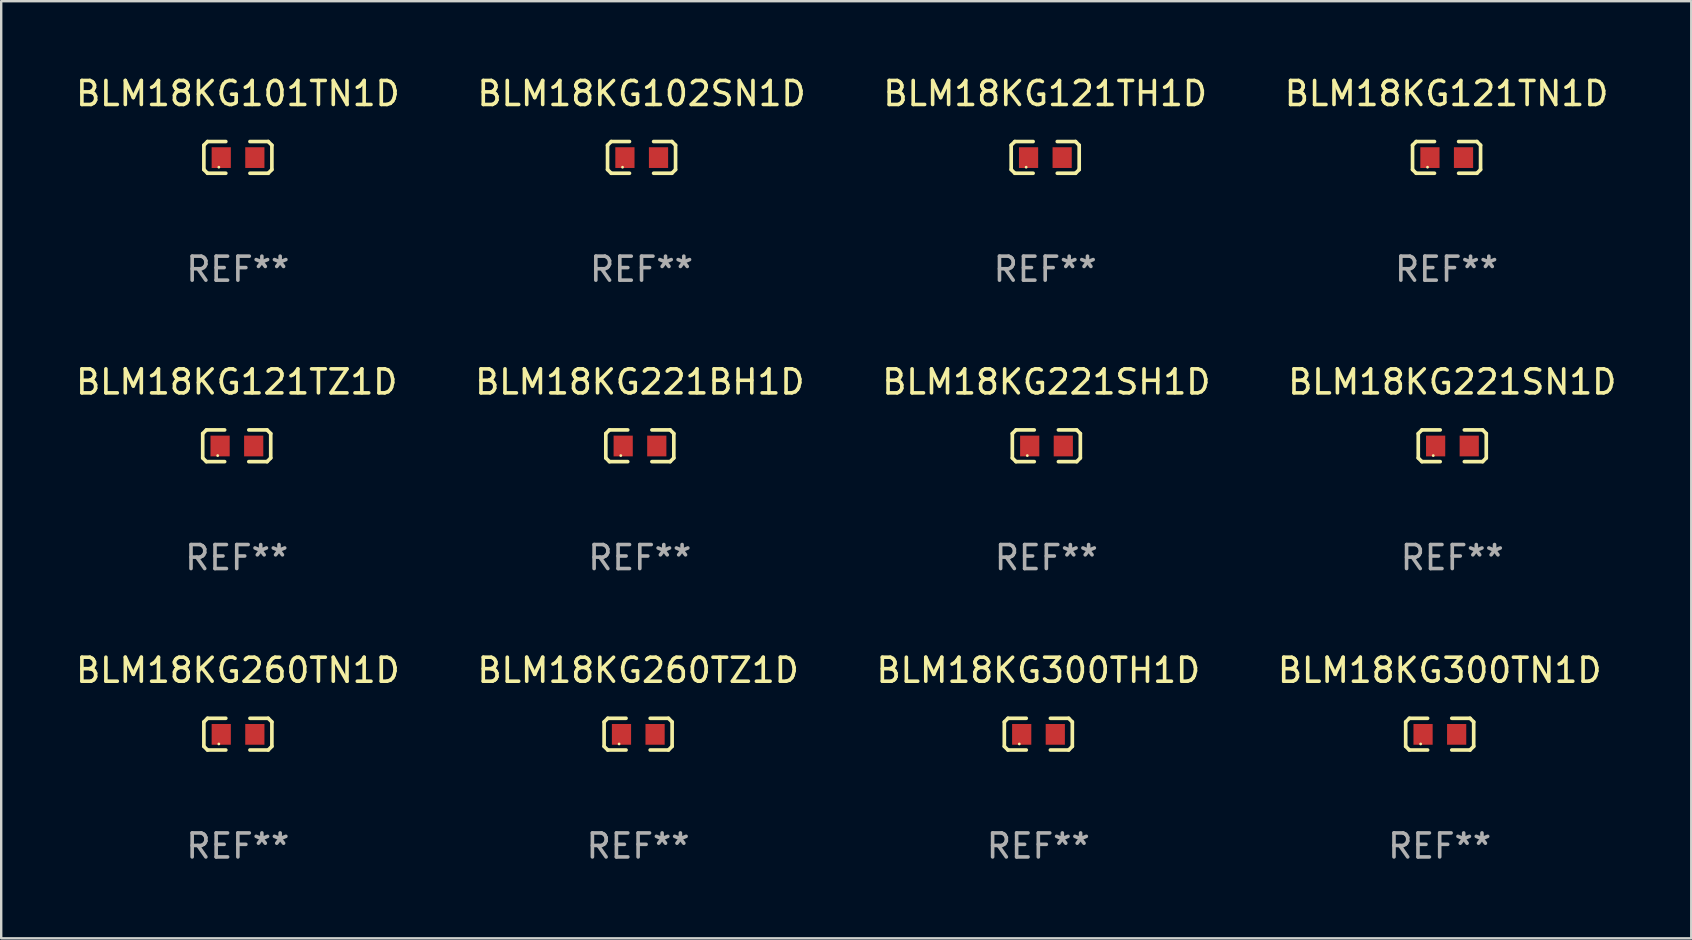
<source format=kicad_pcb>
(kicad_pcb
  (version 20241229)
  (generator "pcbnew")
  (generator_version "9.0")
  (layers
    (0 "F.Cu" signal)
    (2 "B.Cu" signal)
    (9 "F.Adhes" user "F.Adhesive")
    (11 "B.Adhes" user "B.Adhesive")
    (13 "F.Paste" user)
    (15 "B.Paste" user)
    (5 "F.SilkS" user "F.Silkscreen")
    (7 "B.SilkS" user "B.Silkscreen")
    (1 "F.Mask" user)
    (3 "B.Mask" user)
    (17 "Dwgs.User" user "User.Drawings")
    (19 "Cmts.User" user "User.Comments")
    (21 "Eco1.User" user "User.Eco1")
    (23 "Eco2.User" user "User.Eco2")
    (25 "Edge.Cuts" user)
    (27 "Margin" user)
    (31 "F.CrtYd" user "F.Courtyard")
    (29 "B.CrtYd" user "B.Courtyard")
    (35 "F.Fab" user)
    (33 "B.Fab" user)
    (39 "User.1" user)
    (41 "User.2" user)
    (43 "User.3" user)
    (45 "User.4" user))
  (footprint "BLM18KG101TN1D"
    (layer "F.Cu")
    (at 6.863 3.509)
    (property "Reference" "BLM18KG101TN1D" (at 0 -2.661 0) (layer "F.SilkS") (effects (font (size 1 1) (thickness 0.15))))
    (attr through_hole)
    (fp_line (start -1.417 -0.508) (end -1.265 -0.661) (stroke (width 0.152) (type solid)) (layer "F.SilkS"))
    (fp_line (start -1.417 0.508) (end -1.417 -0.508) (stroke (width 0.152) (type solid)) (layer "F.SilkS"))
    (fp_line (start -1.265 -0.661) (end -0.503 -0.661) (stroke (width 0.152) (type solid)) (layer "F.SilkS"))
    (fp_line (start -1.265 0.661) (end -1.417 0.508) (stroke (width 0.152) (type solid)) (layer "F.SilkS"))
    (fp_line (start -1.265 0.661) (end -0.503 0.661) (stroke (width 0.152) (type solid)) (layer "F.SilkS"))
    (fp_line (start 1.265 -0.661) (end 0.503 -0.661) (stroke (width 0.152) (type solid)) (layer "F.SilkS"))
    (fp_line (start 1.265 -0.661) (end 1.417 -0.508) (stroke (width 0.152) (type solid)) (layer "F.SilkS"))
    (fp_line (start 1.265 0.661) (end 0.503 0.661) (stroke (width 0.152) (type solid)) (layer "F.SilkS"))
    (fp_line (start 1.417 -0.508) (end 1.417 0.508) (stroke (width 0.152) (type solid)) (layer "F.SilkS"))
    (fp_line (start 1.417 0.508) (end 1.265 0.661) (stroke (width 0.152) (type solid)) (layer "F.SilkS"))
    (fp_circle (center -0.793 0.409) (end -0.763 0.409) (stroke (width 0.06) (type solid)) (fill no) (layer "F.SilkS"))
    (fp_text user "REF**" (at 0 4.661 0) (layer "F.Fab") (effects (font (size 1 1) (thickness 0.15))))
    (pad "1" smd rect (at -0.693 0.009 180) (size 0.8 0.864) (layers "F.Cu" "F.Mask" "F.Paste"))
    (pad "2" smd rect (at 0.707 0.009 180) (size 0.8 0.864) (layers "F.Cu" "F.Mask" "F.Paste")))
  (footprint "BLM18KG121TH1D"
    (layer "F.Cu")
    (at 40.506 3.509)
    (property "Reference" "BLM18KG121TH1D" (at 0 -2.661 0) (layer "F.SilkS") (effects (font (size 1 1) (thickness 0.15))))
    (attr through_hole)
    (fp_line (start -1.417 -0.508) (end -1.265 -0.661) (stroke (width 0.152) (type solid)) (layer "F.SilkS"))
    (fp_line (start -1.417 0.508) (end -1.417 -0.508) (stroke (width 0.152) (type solid)) (layer "F.SilkS"))
    (fp_line (start -1.265 -0.661) (end -0.503 -0.661) (stroke (width 0.152) (type solid)) (layer "F.SilkS"))
    (fp_line (start -1.265 0.661) (end -1.417 0.508) (stroke (width 0.152) (type solid)) (layer "F.SilkS"))
    (fp_line (start -1.265 0.661) (end -0.503 0.661) (stroke (width 0.152) (type solid)) (layer "F.SilkS"))
    (fp_line (start 1.265 -0.661) (end 0.503 -0.661) (stroke (width 0.152) (type solid)) (layer "F.SilkS"))
    (fp_line (start 1.265 -0.661) (end 1.417 -0.508) (stroke (width 0.152) (type solid)) (layer "F.SilkS"))
    (fp_line (start 1.265 0.661) (end 0.503 0.661) (stroke (width 0.152) (type solid)) (layer "F.SilkS"))
    (fp_line (start 1.417 -0.508) (end 1.417 0.508) (stroke (width 0.152) (type solid)) (layer "F.SilkS"))
    (fp_line (start 1.417 0.508) (end 1.265 0.661) (stroke (width 0.152) (type solid)) (layer "F.SilkS"))
    (fp_circle (center -0.793 0.409) (end -0.763 0.409) (stroke (width 0.06) (type solid)) (fill no) (layer "F.SilkS"))
    (fp_text user "REF**" (at 0 4.661 0) (layer "F.Fab") (effects (font (size 1 1) (thickness 0.15))))
    (pad "1" smd rect (at -0.693 0.009 180) (size 0.8 0.864) (layers "F.Cu" "F.Mask" "F.Paste"))
    (pad "2" smd rect (at 0.707 0.009 180) (size 0.8 0.864) (layers "F.Cu" "F.Mask" "F.Paste")))
  (footprint "BLM18KG221SH1D"
    (layer "F.Cu")
    (at 40.554 15.527)
    (property "Reference" "BLM18KG221SH1D" (at 0 -2.661 0) (layer "F.SilkS") (effects (font (size 1 1) (thickness 0.15))))
    (attr through_hole)
    (fp_line (start -1.417 -0.508) (end -1.265 -0.661) (stroke (width 0.152) (type solid)) (layer "F.SilkS"))
    (fp_line (start -1.417 0.508) (end -1.417 -0.508) (stroke (width 0.152) (type solid)) (layer "F.SilkS"))
    (fp_line (start -1.265 -0.661) (end -0.503 -0.661) (stroke (width 0.152) (type solid)) (layer "F.SilkS"))
    (fp_line (start -1.265 0.661) (end -1.417 0.508) (stroke (width 0.152) (type solid)) (layer "F.SilkS"))
    (fp_line (start -1.265 0.661) (end -0.503 0.661) (stroke (width 0.152) (type solid)) (layer "F.SilkS"))
    (fp_line (start 1.265 -0.661) (end 0.503 -0.661) (stroke (width 0.152) (type solid)) (layer "F.SilkS"))
    (fp_line (start 1.265 -0.661) (end 1.417 -0.508) (stroke (width 0.152) (type solid)) (layer "F.SilkS"))
    (fp_line (start 1.265 0.661) (end 0.503 0.661) (stroke (width 0.152) (type solid)) (layer "F.SilkS"))
    (fp_line (start 1.417 -0.508) (end 1.417 0.508) (stroke (width 0.152) (type solid)) (layer "F.SilkS"))
    (fp_line (start 1.417 0.508) (end 1.265 0.661) (stroke (width 0.152) (type solid)) (layer "F.SilkS"))
    (fp_circle (center -0.793 0.409) (end -0.763 0.409) (stroke (width 0.06) (type solid)) (fill no) (layer "F.SilkS"))
    (fp_text user "REF**" (at 0 4.661 0) (layer "F.Fab") (effects (font (size 1 1) (thickness 0.15))))
    (pad "1" smd rect (at -0.693 0.009 180) (size 0.8 0.864) (layers "F.Cu" "F.Mask" "F.Paste"))
    (pad "2" smd rect (at 0.707 0.009 180) (size 0.8 0.864) (layers "F.Cu" "F.Mask" "F.Paste")))
  (footprint "BLM18KG221SN1D"
    (layer "F.Cu")
    (at 57.47 15.527)
    (property "Reference" "BLM18KG221SN1D" (at 0 -2.661 0) (layer "F.SilkS") (effects (font (size 1 1) (thickness 0.15))))
    (attr through_hole)
    (fp_line (start -1.417 -0.508) (end -1.265 -0.661) (stroke (width 0.152) (type solid)) (layer "F.SilkS"))
    (fp_line (start -1.417 0.508) (end -1.417 -0.508) (stroke (width 0.152) (type solid)) (layer "F.SilkS"))
    (fp_line (start -1.265 -0.661) (end -0.503 -0.661) (stroke (width 0.152) (type solid)) (layer "F.SilkS"))
    (fp_line (start -1.265 0.661) (end -1.417 0.508) (stroke (width 0.152) (type solid)) (layer "F.SilkS"))
    (fp_line (start -1.265 0.661) (end -0.503 0.661) (stroke (width 0.152) (type solid)) (layer "F.SilkS"))
    (fp_line (start 1.265 -0.661) (end 0.503 -0.661) (stroke (width 0.152) (type solid)) (layer "F.SilkS"))
    (fp_line (start 1.265 -0.661) (end 1.417 -0.508) (stroke (width 0.152) (type solid)) (layer "F.SilkS"))
    (fp_line (start 1.265 0.661) (end 0.503 0.661) (stroke (width 0.152) (type solid)) (layer "F.SilkS"))
    (fp_line (start 1.417 -0.508) (end 1.417 0.508) (stroke (width 0.152) (type solid)) (layer "F.SilkS"))
    (fp_line (start 1.417 0.508) (end 1.265 0.661) (stroke (width 0.152) (type solid)) (layer "F.SilkS"))
    (fp_circle (center -0.793 0.409) (end -0.763 0.409) (stroke (width 0.06) (type solid)) (fill no) (layer "F.SilkS"))
    (fp_text user "REF**" (at 0 4.661 0) (layer "F.Fab") (effects (font (size 1 1) (thickness 0.15))))
    (pad "1" smd rect (at -0.693 0.009 180) (size 0.8 0.864) (layers "F.Cu" "F.Mask" "F.Paste"))
    (pad "2" smd rect (at 0.707 0.009 180) (size 0.8 0.864) (layers "F.Cu" "F.Mask" "F.Paste")))
  (footprint "BLM18KG260TZ1D"
    (layer "F.Cu")
    (at 23.542 27.544)
    (property "Reference" "BLM18KG260TZ1D" (at 0 -2.661 0) (layer "F.SilkS") (effects (font (size 1 1) (thickness 0.15))))
    (attr through_hole)
    (fp_line (start -1.417 -0.508) (end -1.265 -0.661) (stroke (width 0.152) (type solid)) (layer "F.SilkS"))
    (fp_line (start -1.417 0.508) (end -1.417 -0.508) (stroke (width 0.152) (type solid)) (layer "F.SilkS"))
    (fp_line (start -1.265 -0.661) (end -0.503 -0.661) (stroke (width 0.152) (type solid)) (layer "F.SilkS"))
    (fp_line (start -1.265 0.661) (end -1.417 0.508) (stroke (width 0.152) (type solid)) (layer "F.SilkS"))
    (fp_line (start -1.265 0.661) (end -0.503 0.661) (stroke (width 0.152) (type solid)) (layer "F.SilkS"))
    (fp_line (start 1.265 -0.661) (end 0.503 -0.661) (stroke (width 0.152) (type solid)) (layer "F.SilkS"))
    (fp_line (start 1.265 -0.661) (end 1.417 -0.508) (stroke (width 0.152) (type solid)) (layer "F.SilkS"))
    (fp_line (start 1.265 0.661) (end 0.503 0.661) (stroke (width 0.152) (type solid)) (layer "F.SilkS"))
    (fp_line (start 1.417 -0.508) (end 1.417 0.508) (stroke (width 0.152) (type solid)) (layer "F.SilkS"))
    (fp_line (start 1.417 0.508) (end 1.265 0.661) (stroke (width 0.152) (type solid)) (layer "F.SilkS"))
    (fp_circle (center -0.793 0.409) (end -0.763 0.409) (stroke (width 0.06) (type solid)) (fill no) (layer "F.SilkS"))
    (fp_text user "REF**" (at 0 4.661 0) (layer "F.Fab") (effects (font (size 1 1) (thickness 0.15))))
    (pad "1" smd rect (at -0.693 0.009 180) (size 0.8 0.864) (layers "F.Cu" "F.Mask" "F.Paste"))
    (pad "2" smd rect (at 0.707 0.009 180) (size 0.8 0.864) (layers "F.Cu" "F.Mask" "F.Paste")))
  (footprint "BLM18KG121TZ1D"
    (layer "F.Cu")
    (at 6.815 15.527)
    (property "Reference" "BLM18KG121TZ1D" (at 0 -2.661 0) (layer "F.SilkS") (effects (font (size 1 1) (thickness 0.15))))
    (attr through_hole)
    (fp_line (start -1.417 -0.508) (end -1.265 -0.661) (stroke (width 0.152) (type solid)) (layer "F.SilkS"))
    (fp_line (start -1.417 0.508) (end -1.417 -0.508) (stroke (width 0.152) (type solid)) (layer "F.SilkS"))
    (fp_line (start -1.265 -0.661) (end -0.503 -0.661) (stroke (width 0.152) (type solid)) (layer "F.SilkS"))
    (fp_line (start -1.265 0.661) (end -1.417 0.508) (stroke (width 0.152) (type solid)) (layer "F.SilkS"))
    (fp_line (start -1.265 0.661) (end -0.503 0.661) (stroke (width 0.152) (type solid)) (layer "F.SilkS"))
    (fp_line (start 1.265 -0.661) (end 0.503 -0.661) (stroke (width 0.152) (type solid)) (layer "F.SilkS"))
    (fp_line (start 1.265 -0.661) (end 1.417 -0.508) (stroke (width 0.152) (type solid)) (layer "F.SilkS"))
    (fp_line (start 1.265 0.661) (end 0.503 0.661) (stroke (width 0.152) (type solid)) (layer "F.SilkS"))
    (fp_line (start 1.417 -0.508) (end 1.417 0.508) (stroke (width 0.152) (type solid)) (layer "F.SilkS"))
    (fp_line (start 1.417 0.508) (end 1.265 0.661) (stroke (width 0.152) (type solid)) (layer "F.SilkS"))
    (fp_circle (center -0.793 0.409) (end -0.763 0.409) (stroke (width 0.06) (type solid)) (fill no) (layer "F.SilkS"))
    (fp_text user "REF**" (at 0 4.661 0) (layer "F.Fab") (effects (font (size 1 1) (thickness 0.15))))
    (pad "1" smd rect (at -0.693 0.009 180) (size 0.8 0.864) (layers "F.Cu" "F.Mask" "F.Paste"))
    (pad "2" smd rect (at 0.707 0.009 180) (size 0.8 0.864) (layers "F.Cu" "F.Mask" "F.Paste")))
  (footprint "BLM18KG221BH1D"
    (layer "F.Cu")
    (at 23.613 15.527)
    (property "Reference" "BLM18KG221BH1D" (at 0 -2.661 0) (layer "F.SilkS") (effects (font (size 1 1) (thickness 0.15))))
    (attr through_hole)
    (fp_line (start -1.417 -0.508) (end -1.265 -0.661) (stroke (width 0.152) (type solid)) (layer "F.SilkS"))
    (fp_line (start -1.417 0.508) (end -1.417 -0.508) (stroke (width 0.152) (type solid)) (layer "F.SilkS"))
    (fp_line (start -1.265 -0.661) (end -0.503 -0.661) (stroke (width 0.152) (type solid)) (layer "F.SilkS"))
    (fp_line (start -1.265 0.661) (end -1.417 0.508) (stroke (width 0.152) (type solid)) (layer "F.SilkS"))
    (fp_line (start -1.265 0.661) (end -0.503 0.661) (stroke (width 0.152) (type solid)) (layer "F.SilkS"))
    (fp_line (start 1.265 -0.661) (end 0.503 -0.661) (stroke (width 0.152) (type solid)) (layer "F.SilkS"))
    (fp_line (start 1.265 -0.661) (end 1.417 -0.508) (stroke (width 0.152) (type solid)) (layer "F.SilkS"))
    (fp_line (start 1.265 0.661) (end 0.503 0.661) (stroke (width 0.152) (type solid)) (layer "F.SilkS"))
    (fp_line (start 1.417 -0.508) (end 1.417 0.508) (stroke (width 0.152) (type solid)) (layer "F.SilkS"))
    (fp_line (start 1.417 0.508) (end 1.265 0.661) (stroke (width 0.152) (type solid)) (layer "F.SilkS"))
    (fp_circle (center -0.793 0.409) (end -0.763 0.409) (stroke (width 0.06) (type solid)) (fill no) (layer "F.SilkS"))
    (fp_text user "REF**" (at 0 4.661 0) (layer "F.Fab") (effects (font (size 1 1) (thickness 0.15))))
    (pad "1" smd rect (at -0.693 0.009 180) (size 0.8 0.864) (layers "F.Cu" "F.Mask" "F.Paste"))
    (pad "2" smd rect (at 0.707 0.009 180) (size 0.8 0.864) (layers "F.Cu" "F.Mask" "F.Paste")))
  (footprint "BLM18KG121TN1D"
    (layer "F.Cu")
    (at 57.232 3.509)
    (property "Reference" "BLM18KG121TN1D" (at 0 -2.661 0) (layer "F.SilkS") (effects (font (size 1 1) (thickness 0.15))))
    (attr through_hole)
    (fp_line (start -1.417 -0.508) (end -1.265 -0.661) (stroke (width 0.152) (type solid)) (layer "F.SilkS"))
    (fp_line (start -1.417 0.508) (end -1.417 -0.508) (stroke (width 0.152) (type solid)) (layer "F.SilkS"))
    (fp_line (start -1.265 -0.661) (end -0.503 -0.661) (stroke (width 0.152) (type solid)) (layer "F.SilkS"))
    (fp_line (start -1.265 0.661) (end -1.417 0.508) (stroke (width 0.152) (type solid)) (layer "F.SilkS"))
    (fp_line (start -1.265 0.661) (end -0.503 0.661) (stroke (width 0.152) (type solid)) (layer "F.SilkS"))
    (fp_line (start 1.265 -0.661) (end 0.503 -0.661) (stroke (width 0.152) (type solid)) (layer "F.SilkS"))
    (fp_line (start 1.265 -0.661) (end 1.417 -0.508) (stroke (width 0.152) (type solid)) (layer "F.SilkS"))
    (fp_line (start 1.265 0.661) (end 0.503 0.661) (stroke (width 0.152) (type solid)) (layer "F.SilkS"))
    (fp_line (start 1.417 -0.508) (end 1.417 0.508) (stroke (width 0.152) (type solid)) (layer "F.SilkS"))
    (fp_line (start 1.417 0.508) (end 1.265 0.661) (stroke (width 0.152) (type solid)) (layer "F.SilkS"))
    (fp_circle (center -0.793 0.409) (end -0.763 0.409) (stroke (width 0.06) (type solid)) (fill no) (layer "F.SilkS"))
    (fp_text user "REF**" (at 0 4.661 0) (layer "F.Fab") (effects (font (size 1 1) (thickness 0.15))))
    (pad "1" smd rect (at -0.693 0.009 180) (size 0.8 0.864) (layers "F.Cu" "F.Mask" "F.Paste"))
    (pad "2" smd rect (at 0.707 0.009 180) (size 0.8 0.864) (layers "F.Cu" "F.Mask" "F.Paste")))
  (footprint "BLM18KG260TN1D"
    (layer "F.Cu")
    (at 6.863 27.544)
    (property "Reference" "BLM18KG260TN1D" (at 0 -2.661 0) (layer "F.SilkS") (effects (font (size 1 1) (thickness 0.15))))
    (attr through_hole)
    (fp_line (start -1.417 -0.508) (end -1.265 -0.661) (stroke (width 0.152) (type solid)) (layer "F.SilkS"))
    (fp_line (start -1.417 0.508) (end -1.417 -0.508) (stroke (width 0.152) (type solid)) (layer "F.SilkS"))
    (fp_line (start -1.265 -0.661) (end -0.503 -0.661) (stroke (width 0.152) (type solid)) (layer "F.SilkS"))
    (fp_line (start -1.265 0.661) (end -1.417 0.508) (stroke (width 0.152) (type solid)) (layer "F.SilkS"))
    (fp_line (start -1.265 0.661) (end -0.503 0.661) (stroke (width 0.152) (type solid)) (layer "F.SilkS"))
    (fp_line (start 1.265 -0.661) (end 0.503 -0.661) (stroke (width 0.152) (type solid)) (layer "F.SilkS"))
    (fp_line (start 1.265 -0.661) (end 1.417 -0.508) (stroke (width 0.152) (type solid)) (layer "F.SilkS"))
    (fp_line (start 1.265 0.661) (end 0.503 0.661) (stroke (width 0.152) (type solid)) (layer "F.SilkS"))
    (fp_line (start 1.417 -0.508) (end 1.417 0.508) (stroke (width 0.152) (type solid)) (layer "F.SilkS"))
    (fp_line (start 1.417 0.508) (end 1.265 0.661) (stroke (width 0.152) (type solid)) (layer "F.SilkS"))
    (fp_circle (center -0.793 0.409) (end -0.763 0.409) (stroke (width 0.06) (type solid)) (fill no) (layer "F.SilkS"))
    (fp_text user "REF**" (at 0 4.661 0) (layer "F.Fab") (effects (font (size 1 1) (thickness 0.15))))
    (pad "1" smd rect (at -0.693 0.009 180) (size 0.8 0.864) (layers "F.Cu" "F.Mask" "F.Paste"))
    (pad "2" smd rect (at 0.707 0.009 180) (size 0.8 0.864) (layers "F.Cu" "F.Mask" "F.Paste")))
  (footprint "BLM18KG300TN1D"
    (layer "F.Cu")
    (at 56.946 27.544)
    (property "Reference" "BLM18KG300TN1D" (at 0 -2.661 0) (layer "F.SilkS") (effects (font (size 1 1) (thickness 0.15))))
    (attr through_hole)
    (fp_line (start -1.417 -0.508) (end -1.265 -0.661) (stroke (width 0.152) (type solid)) (layer "F.SilkS"))
    (fp_line (start -1.417 0.508) (end -1.417 -0.508) (stroke (width 0.152) (type solid)) (layer "F.SilkS"))
    (fp_line (start -1.265 -0.661) (end -0.503 -0.661) (stroke (width 0.152) (type solid)) (layer "F.SilkS"))
    (fp_line (start -1.265 0.661) (end -1.417 0.508) (stroke (width 0.152) (type solid)) (layer "F.SilkS"))
    (fp_line (start -1.265 0.661) (end -0.503 0.661) (stroke (width 0.152) (type solid)) (layer "F.SilkS"))
    (fp_line (start 1.265 -0.661) (end 0.503 -0.661) (stroke (width 0.152) (type solid)) (layer "F.SilkS"))
    (fp_line (start 1.265 -0.661) (end 1.417 -0.508) (stroke (width 0.152) (type solid)) (layer "F.SilkS"))
    (fp_line (start 1.265 0.661) (end 0.503 0.661) (stroke (width 0.152) (type solid)) (layer "F.SilkS"))
    (fp_line (start 1.417 -0.508) (end 1.417 0.508) (stroke (width 0.152) (type solid)) (layer "F.SilkS"))
    (fp_line (start 1.417 0.508) (end 1.265 0.661) (stroke (width 0.152) (type solid)) (layer "F.SilkS"))
    (fp_circle (center -0.793 0.409) (end -0.763 0.409) (stroke (width 0.06) (type solid)) (fill no) (layer "F.SilkS"))
    (fp_text user "REF**" (at 0 4.661 0) (layer "F.Fab") (effects (font (size 1 1) (thickness 0.15))))
    (pad "1" smd rect (at -0.693 0.009 180) (size 0.8 0.864) (layers "F.Cu" "F.Mask" "F.Paste"))
    (pad "2" smd rect (at 0.707 0.009 180) (size 0.8 0.864) (layers "F.Cu" "F.Mask" "F.Paste")))
  (footprint "BLM18KG102SN1D"
    (layer "F.Cu")
    (at 23.685 3.509)
    (property "Reference" "BLM18KG102SN1D" (at 0 -2.661 0) (layer "F.SilkS") (effects (font (size 1 1) (thickness 0.15))))
    (attr through_hole)
    (fp_line (start -1.417 -0.508) (end -1.265 -0.661) (stroke (width 0.152) (type solid)) (layer "F.SilkS"))
    (fp_line (start -1.417 0.508) (end -1.417 -0.508) (stroke (width 0.152) (type solid)) (layer "F.SilkS"))
    (fp_line (start -1.265 -0.661) (end -0.503 -0.661) (stroke (width 0.152) (type solid)) (layer "F.SilkS"))
    (fp_line (start -1.265 0.661) (end -1.417 0.508) (stroke (width 0.152) (type solid)) (layer "F.SilkS"))
    (fp_line (start -1.265 0.661) (end -0.503 0.661) (stroke (width 0.152) (type solid)) (layer "F.SilkS"))
    (fp_line (start 1.265 -0.661) (end 0.503 -0.661) (stroke (width 0.152) (type solid)) (layer "F.SilkS"))
    (fp_line (start 1.265 -0.661) (end 1.417 -0.508) (stroke (width 0.152) (type solid)) (layer "F.SilkS"))
    (fp_line (start 1.265 0.661) (end 0.503 0.661) (stroke (width 0.152) (type solid)) (layer "F.SilkS"))
    (fp_line (start 1.417 -0.508) (end 1.417 0.508) (stroke (width 0.152) (type solid)) (layer "F.SilkS"))
    (fp_line (start 1.417 0.508) (end 1.265 0.661) (stroke (width 0.152) (type solid)) (layer "F.SilkS"))
    (fp_circle (center -0.793 0.409) (end -0.763 0.409) (stroke (width 0.06) (type solid)) (fill no) (layer "F.SilkS"))
    (fp_text user "REF**" (at 0 4.661 0) (layer "F.Fab") (effects (font (size 1 1) (thickness 0.15))))
    (pad "1" smd rect (at -0.693 0.009 180) (size 0.8 0.864) (layers "F.Cu" "F.Mask" "F.Paste"))
    (pad "2" smd rect (at 0.707 0.009 180) (size 0.8 0.864) (layers "F.Cu" "F.Mask" "F.Paste")))
  (footprint "BLM18KG300TH1D"
    (layer "F.Cu")
    (at 40.22 27.544)
    (property "Reference" "BLM18KG300TH1D" (at 0 -2.661 0) (layer "F.SilkS") (effects (font (size 1 1) (thickness 0.15))))
    (attr through_hole)
    (fp_line (start -1.417 -0.508) (end -1.265 -0.661) (stroke (width 0.152) (type solid)) (layer "F.SilkS"))
    (fp_line (start -1.417 0.508) (end -1.417 -0.508) (stroke (width 0.152) (type solid)) (layer "F.SilkS"))
    (fp_line (start -1.265 -0.661) (end -0.503 -0.661) (stroke (width 0.152) (type solid)) (layer "F.SilkS"))
    (fp_line (start -1.265 0.661) (end -1.417 0.508) (stroke (width 0.152) (type solid)) (layer "F.SilkS"))
    (fp_line (start -1.265 0.661) (end -0.503 0.661) (stroke (width 0.152) (type solid)) (layer "F.SilkS"))
    (fp_line (start 1.265 -0.661) (end 0.503 -0.661) (stroke (width 0.152) (type solid)) (layer "F.SilkS"))
    (fp_line (start 1.265 -0.661) (end 1.417 -0.508) (stroke (width 0.152) (type solid)) (layer "F.SilkS"))
    (fp_line (start 1.265 0.661) (end 0.503 0.661) (stroke (width 0.152) (type solid)) (layer "F.SilkS"))
    (fp_line (start 1.417 -0.508) (end 1.417 0.508) (stroke (width 0.152) (type solid)) (layer "F.SilkS"))
    (fp_line (start 1.417 0.508) (end 1.265 0.661) (stroke (width 0.152) (type solid)) (layer "F.SilkS"))
    (fp_circle (center -0.793 0.409) (end -0.763 0.409) (stroke (width 0.06) (type solid)) (fill no) (layer "F.SilkS"))
    (fp_text user "REF**" (at 0 4.661 0) (layer "F.Fab") (effects (font (size 1 1) (thickness 0.15))))
    (pad "1" smd rect (at -0.693 0.009 180) (size 0.8 0.864) (layers "F.Cu" "F.Mask" "F.Paste"))
    (pad "2" smd rect (at 0.707 0.009 180) (size 0.8 0.864) (layers "F.Cu" "F.Mask" "F.Paste")))
  (gr_rect
    (start -3 -3)
    (end 67.429 36.053)
    (stroke (width 0.1) (type default))
    (fill no)
    (layer "Edge.Cuts")))
</source>
